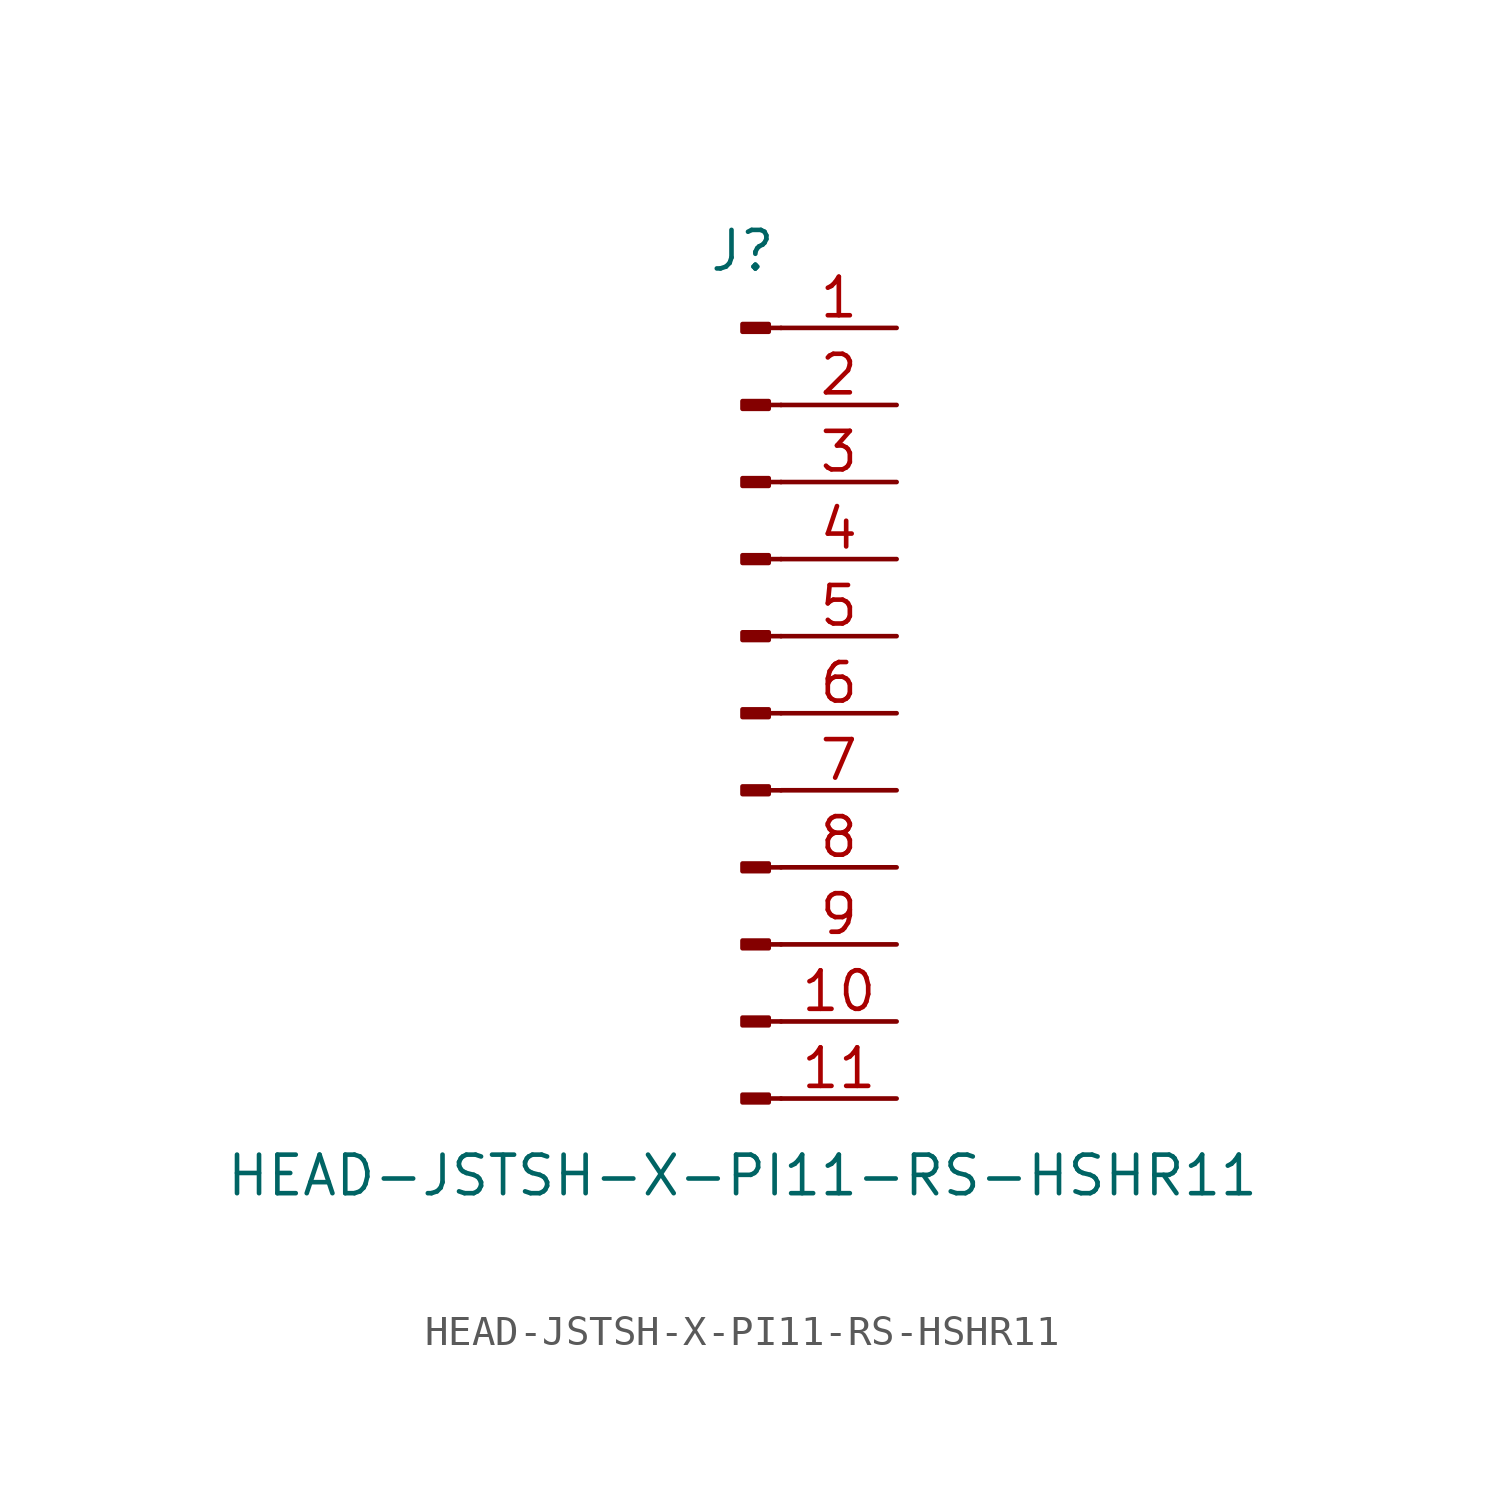
<source format=kicad_sym>
(kicad_symbol_lib
  (version 20211014)
  (generator kicad_symbol_editor)
  (symbol "HEAD-JSTSH-X-PI11-RS-HSHR11"
    (pin_names
      (offset 1.016) hide)
    (property "Reference" "J"
      (at 0 15.24 0)
      (effects (font (size 1.27 1.27))))
    (property "Value" "HEAD-JSTSH-X-PI11-RS-HSHR11"
      (at 0 -15.24 0)
      (effects (font (size 1.27 1.27))))
    (symbol "HEAD-JSTSH-X-PI11-RS-HSHR11_1_1"
      (polyline (pts (xy 1.27 -12.7) (xy 0.864 -12.7)) (stroke (width 0.152) (type default) (color 0 0 0 0)) (fill (type none)))
      (polyline (pts (xy 1.27 -10.16) (xy 0.864 -10.16)) (stroke (width 0.152) (type default) (color 0 0 0 0)) (fill (type none)))
      (polyline (pts (xy 1.27 -7.62) (xy 0.864 -7.62)) (stroke (width 0.152) (type default) (color 0 0 0 0)) (fill (type none)))
      (polyline (pts (xy 1.27 -5.08) (xy 0.864 -5.08)) (stroke (width 0.152) (type default) (color 0 0 0 0)) (fill (type none)))
      (polyline (pts (xy 1.27 -2.54) (xy 0.864 -2.54)) (stroke (width 0.152) (type default) (color 0 0 0 0)) (fill (type none)))
      (polyline (pts (xy 1.27 0) (xy 0.864 0)) (stroke (width 0.152) (type default) (color 0 0 0 0)) (fill (type none)))
      (polyline (pts (xy 1.27 2.54) (xy 0.864 2.54)) (stroke (width 0.152) (type default) (color 0 0 0 0)) (fill (type none)))
      (polyline (pts (xy 1.27 5.08) (xy 0.864 5.08)) (stroke (width 0.152) (type default) (color 0 0 0 0)) (fill (type none)))
      (polyline (pts (xy 1.27 7.62) (xy 0.864 7.62)) (stroke (width 0.152) (type default) (color 0 0 0 0)) (fill (type none)))
      (polyline (pts (xy 1.27 10.16) (xy 0.864 10.16)) (stroke (width 0.152) (type default) (color 0 0 0 0)) (fill (type none)))
      (polyline (pts (xy 1.27 12.7) (xy 0.864 12.7)) (stroke (width 0.152) (type default) (color 0 0 0 0)) (fill (type none)))
      (rectangle (start 0.864 -12.573) (end 0 -12.827) (stroke (width 0.152) (type default) (color 0 0 0 0)) (fill (type outline)))
      (rectangle (start 0.864 -10.033) (end 0 -10.287) (stroke (width 0.152) (type default) (color 0 0 0 0)) (fill (type outline)))
      (rectangle (start 0.864 -7.493) (end 0 -7.747) (stroke (width 0.152) (type default) (color 0 0 0 0)) (fill (type outline)))
      (rectangle (start 0.864 -4.953) (end 0 -5.207) (stroke (width 0.152) (type default) (color 0 0 0 0)) (fill (type outline)))
      (rectangle (start 0.864 -2.413) (end 0 -2.667) (stroke (width 0.152) (type default) (color 0 0 0 0)) (fill (type outline)))
      (rectangle (start 0.864 0.127) (end 0 -0.127) (stroke (width 0.152) (type default) (color 0 0 0 0)) (fill (type outline)))
      (rectangle (start 0.864 2.667) (end 0 2.413) (stroke (width 0.152) (type default) (color 0 0 0 0)) (fill (type outline)))
      (rectangle (start 0.864 5.207) (end 0 4.953) (stroke (width 0.152) (type default) (color 0 0 0 0)) (fill (type outline)))
      (rectangle (start 0.864 7.747) (end 0 7.493) (stroke (width 0.152) (type default) (color 0 0 0 0)) (fill (type outline)))
      (rectangle (start 0.864 10.287) (end 0 10.033) (stroke (width 0.152) (type default) (color 0 0 0 0)) (fill (type outline)))
      (rectangle (start 0.864 12.827) (end 0 12.573) (stroke (width 0.152) (type default) (color 0 0 0 0)) (fill (type outline)))
      (pin passive line (at 5.08 12.7 180) (length 3.81) (name "Pin_1" (effects (font (size 1.27 1.27)))) (number "1" (effects (font (size 1.27 1.27)))))
      (pin passive line (at 5.08 -10.16 180) (length 3.81) (name "Pin_10" (effects (font (size 1.27 1.27)))) (number "10" (effects (font (size 1.27 1.27)))))
      (pin passive line (at 5.08 -12.7 180) (length 3.81) (name "Pin_11" (effects (font (size 1.27 1.27)))) (number "11" (effects (font (size 1.27 1.27)))))
      (pin passive line (at 5.08 10.16 180) (length 3.81) (name "Pin_2" (effects (font (size 1.27 1.27)))) (number "2" (effects (font (size 1.27 1.27)))))
      (pin passive line (at 5.08 7.62 180) (length 3.81) (name "Pin_3" (effects (font (size 1.27 1.27)))) (number "3" (effects (font (size 1.27 1.27)))))
      (pin passive line (at 5.08 5.08 180) (length 3.81) (name "Pin_4" (effects (font (size 1.27 1.27)))) (number "4" (effects (font (size 1.27 1.27)))))
      (pin passive line (at 5.08 2.54 180) (length 3.81) (name "Pin_5" (effects (font (size 1.27 1.27)))) (number "5" (effects (font (size 1.27 1.27)))))
      (pin passive line (at 5.08 0 180) (length 3.81) (name "Pin_6" (effects (font (size 1.27 1.27)))) (number "6" (effects (font (size 1.27 1.27)))))
      (pin passive line (at 5.08 -2.54 180) (length 3.81) (name "Pin_7" (effects (font (size 1.27 1.27)))) (number "7" (effects (font (size 1.27 1.27)))))
      (pin passive line (at 5.08 -5.08 180) (length 3.81) (name "Pin_8" (effects (font (size 1.27 1.27)))) (number "8" (effects (font (size 1.27 1.27)))))
      (pin passive line (at 5.08 -7.62 180) (length 3.81) (name "Pin_9" (effects (font (size 1.27 1.27)))) (number "9" (effects (font (size 1.27 1.27))))))))
</source>
